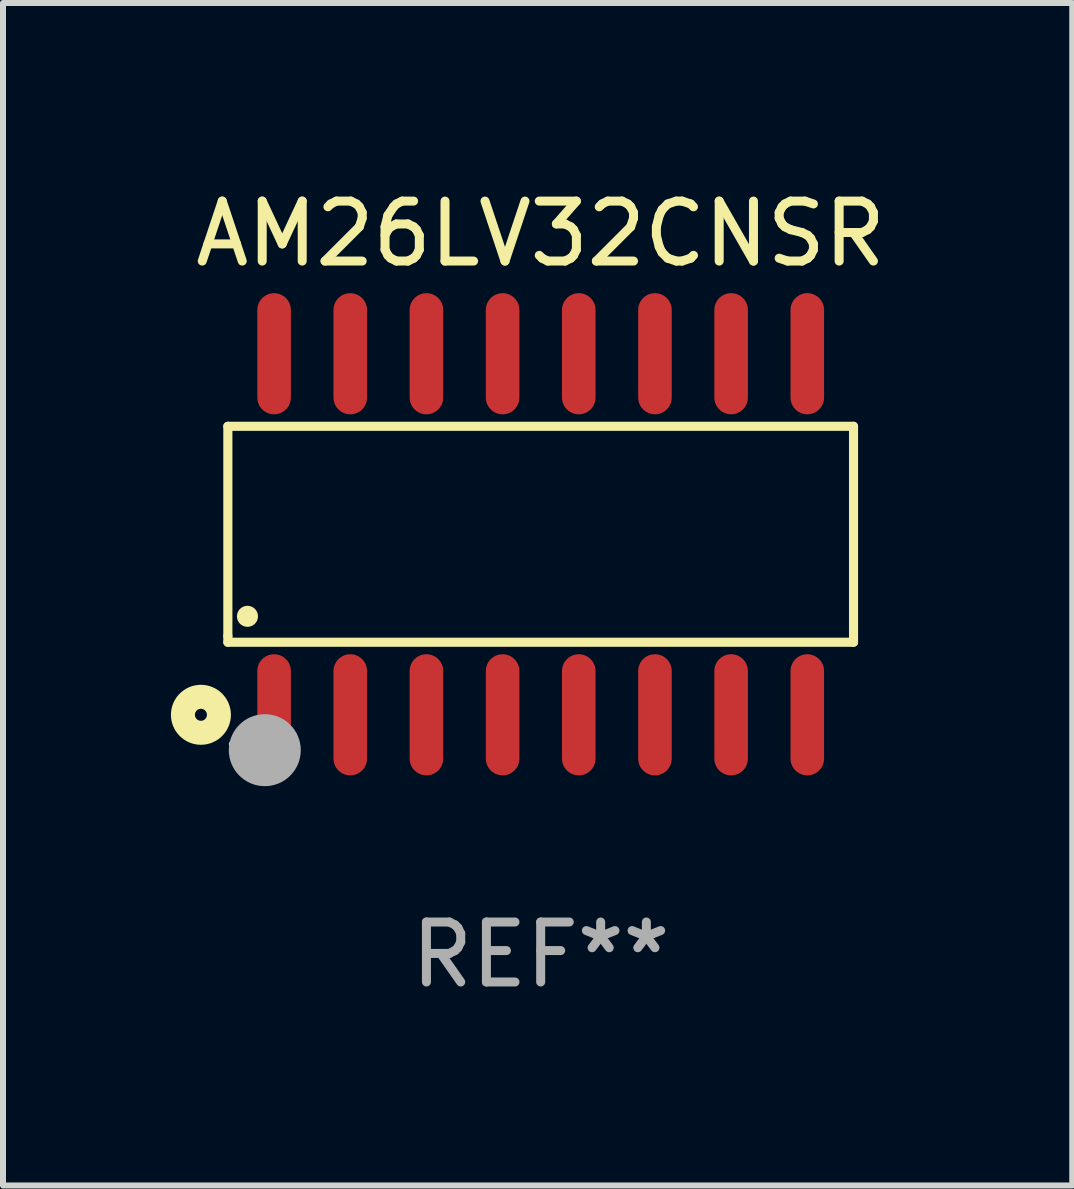
<source format=kicad_pcb>
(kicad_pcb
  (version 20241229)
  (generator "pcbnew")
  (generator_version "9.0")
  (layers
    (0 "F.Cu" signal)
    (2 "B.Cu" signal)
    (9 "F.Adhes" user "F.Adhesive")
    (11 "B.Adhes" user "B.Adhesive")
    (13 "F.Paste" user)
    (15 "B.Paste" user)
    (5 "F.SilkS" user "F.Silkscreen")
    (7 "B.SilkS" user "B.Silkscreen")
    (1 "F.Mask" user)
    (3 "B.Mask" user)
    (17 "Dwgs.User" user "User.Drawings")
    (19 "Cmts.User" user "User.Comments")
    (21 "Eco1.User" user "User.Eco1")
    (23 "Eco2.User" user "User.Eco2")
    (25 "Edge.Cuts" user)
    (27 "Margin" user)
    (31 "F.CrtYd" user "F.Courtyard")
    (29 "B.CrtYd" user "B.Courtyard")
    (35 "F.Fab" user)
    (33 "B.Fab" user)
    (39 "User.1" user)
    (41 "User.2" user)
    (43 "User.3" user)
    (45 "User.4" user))
  (footprint "AM26LV32CNSR"
    (layer "F.Cu")
    (at 5.965 5.858)
    (property "Reference" "AM26LV32CNSR" (at 0 -5.01 0) (layer "F.SilkS") (effects (font (size 1 1) (thickness 0.15))))
    (attr through_hole)
    (fp_line (start -5.216 -1.8) (end 5.216 -1.8) (stroke (width 0.152) (type solid)) (layer "F.SilkS"))
    (fp_line (start -5.216 1.695) (end -5.216 -1.8) (stroke (width 0.152) (type solid)) (layer "F.SilkS"))
    (fp_line (start -5.216 1.8) (end -5.216 1.695) (stroke (width 0.152) (type solid)) (layer "F.SilkS"))
    (fp_line (start 5.216 -1.8) (end 5.216 1.8) (stroke (width 0.152) (type solid)) (layer "F.SilkS"))
    (fp_line (start 5.216 1.8) (end -5.216 1.8) (stroke (width 0.152) (type solid)) (layer "F.SilkS"))
    (fp_circle (center -5.665 3.01) (end -5.565 3.01) (stroke (width 0.4) (type solid)) (fill no) (layer "F.SilkS"))
    (fp_circle (center -5.14 3.5) (end -5.11 3.5) (stroke (width 0.06) (type solid)) (fill no) (layer "F.SilkS"))
    (fp_circle (center -4.889 1.368) (end -4.801 1.368) (stroke (width 0.175) (type solid)) (fill no) (layer "F.SilkS"))
    (fp_circle (center -4.6 3.6) (end -4.3 3.6) (stroke (width 0.6) (type solid)) (fill no) (layer "F.Fab"))
    (fp_text user "REF**" (at 0 7.01 0) (layer "F.Fab") (effects (font (size 1 1) (thickness 0.15))))
    (pad "1" smd oval (at -4.445 3.01) (size 0.56 2.02) (layers "F.Cu" "F.Mask" "F.Paste"))
    (pad "2" smd oval (at -3.175 3.01) (size 0.56 2.02) (layers "F.Cu" "F.Mask" "F.Paste"))
    (pad "3" smd oval (at -1.905 3.01) (size 0.56 2.02) (layers "F.Cu" "F.Mask" "F.Paste"))
    (pad "4" smd oval (at -0.635 3.01) (size 0.56 2.02) (layers "F.Cu" "F.Mask" "F.Paste"))
    (pad "5" smd oval (at 0.635 3.01) (size 0.56 2.02) (layers "F.Cu" "F.Mask" "F.Paste"))
    (pad "6" smd oval (at 1.905 3.01) (size 0.56 2.02) (layers "F.Cu" "F.Mask" "F.Paste"))
    (pad "7" smd oval (at 3.175 3.01) (size 0.56 2.02) (layers "F.Cu" "F.Mask" "F.Paste"))
    (pad "8" smd oval (at 4.445 3.01) (size 0.56 2.02) (layers "F.Cu" "F.Mask" "F.Paste"))
    (pad "9" smd oval (at 4.445 -3.01) (size 0.56 2.02) (layers "F.Cu" "F.Mask" "F.Paste"))
    (pad "10" smd oval (at 3.175 -3.01) (size 0.56 2.02) (layers "F.Cu" "F.Mask" "F.Paste"))
    (pad "11" smd oval (at 1.905 -3.01) (size 0.56 2.02) (layers "F.Cu" "F.Mask" "F.Paste"))
    (pad "12" smd oval (at 0.635 -3.01) (size 0.56 2.02) (layers "F.Cu" "F.Mask" "F.Paste"))
    (pad "13" smd oval (at -0.635 -3.01) (size 0.56 2.02) (layers "F.Cu" "F.Mask" "F.Paste"))
    (pad "14" smd oval (at -1.905 -3.01) (size 0.56 2.02) (layers "F.Cu" "F.Mask" "F.Paste"))
    (pad "15" smd oval (at -3.175 -3.01) (size 0.56 2.02) (layers "F.Cu" "F.Mask" "F.Paste"))
    (pad "16" smd oval (at -4.445 -3.01) (size 0.56 2.02) (layers "F.Cu" "F.Mask" "F.Paste")))
  (gr_rect
    (start -3 -3)
    (end 14.828 16.716)
    (stroke (width 0.1) (type default))
    (fill no)
    (layer "Edge.Cuts")))
</source>
